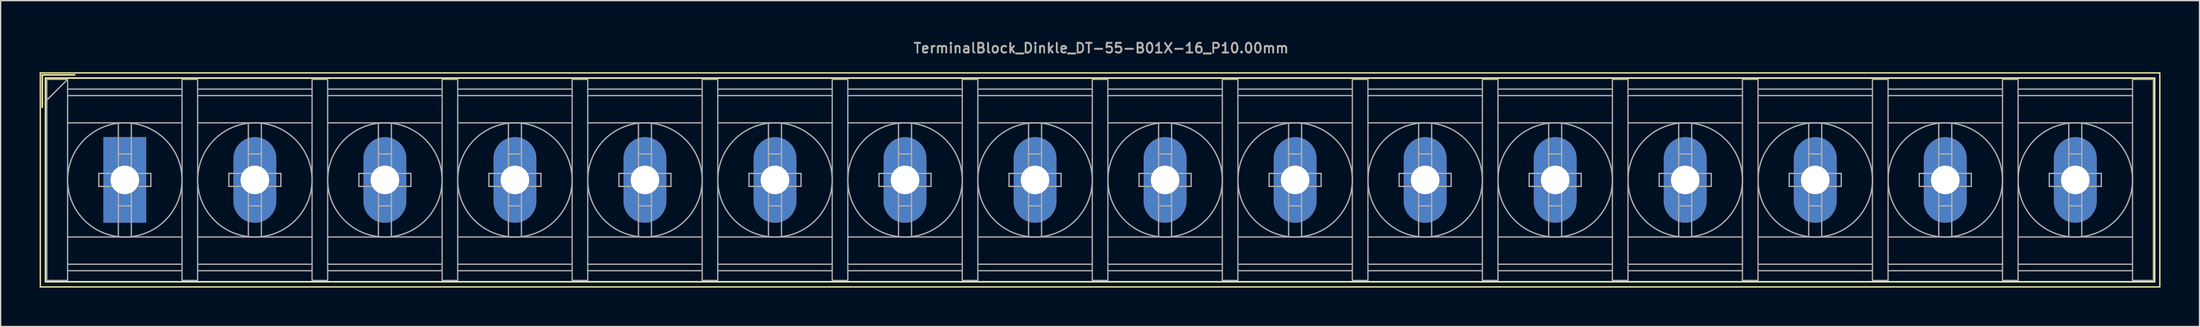
<source format=kicad_pcb>
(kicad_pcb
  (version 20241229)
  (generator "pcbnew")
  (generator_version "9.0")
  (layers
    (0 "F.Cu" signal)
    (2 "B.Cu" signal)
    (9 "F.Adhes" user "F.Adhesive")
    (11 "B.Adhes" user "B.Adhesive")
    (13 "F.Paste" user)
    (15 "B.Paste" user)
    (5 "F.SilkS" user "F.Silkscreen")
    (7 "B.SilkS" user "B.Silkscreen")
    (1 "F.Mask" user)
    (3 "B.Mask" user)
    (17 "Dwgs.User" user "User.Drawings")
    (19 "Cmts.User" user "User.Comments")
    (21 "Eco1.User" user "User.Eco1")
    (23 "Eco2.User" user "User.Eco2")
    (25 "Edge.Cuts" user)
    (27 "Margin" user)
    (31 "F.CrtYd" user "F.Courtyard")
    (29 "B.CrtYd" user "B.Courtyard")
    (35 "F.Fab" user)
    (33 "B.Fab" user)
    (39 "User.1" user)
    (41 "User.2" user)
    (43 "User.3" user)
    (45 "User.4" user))
  (footprint "TerminalBlock_Dinkle_DT-55-B01X-16_P10.00mm"
    (layer "F.Cu")
    (at 6.55 10.818)
    (property "Reference" "TerminalBlock_Dinkle_DT-55-B01X-16_P10.00mm" (at 75.08 -10.16 0) (layer "F.SilkS") (effects (font (size 0.75 0.75) (thickness 0.125))))
    (attr through_hole)
    (fp_line (start -6.5 -8.25) (end 156.5 -8.25) (stroke (width 0.1) (type solid)) (layer "F.SilkS"))
    (fp_line (start -6.5 8.25) (end -6.5 -8.25) (stroke (width 0.1) (type solid)) (layer "F.SilkS"))
    (fp_line (start -6.5 8.25) (end 156.5 8.25) (stroke (width 0.1) (type solid)) (layer "F.SilkS"))
    (fp_line (start -6.35 -8.1) (end -3.85 -8.1) (stroke (width 0.12) (type solid)) (layer "F.SilkS"))
    (fp_line (start -6.35 -5.6) (end -6.35 -8.1) (stroke (width 0.12) (type solid)) (layer "F.SilkS"))
    (fp_line (start -6.1 -7.85) (end 156.1 -7.85) (stroke (width 0.12) (type solid)) (layer "F.SilkS"))
    (fp_line (start -6.1 7.85) (end -6.1 -7.85) (stroke (width 0.12) (type solid)) (layer "F.SilkS"))
    (fp_line (start -6.1 7.85) (end 156.1 7.85) (stroke (width 0.12) (type solid)) (layer "F.SilkS"))
    (fp_line (start 156.1 -7.85) (end 156.1 7.85) (stroke (width 0.12) (type solid)) (layer "F.SilkS"))
    (fp_line (start 156.5 -8.25) (end 156.5 8.25) (stroke (width 0.1) (type solid)) (layer "F.SilkS"))
    (fp_line (start -6 -7.75) (end -6 7.75) (stroke (width 0.1) (type solid)) (layer "F.Fab"))
    (fp_line (start -6 -7.75) (end -4.4 -7.75) (stroke (width 0.1) (type solid)) (layer "F.Fab"))
    (fp_line (start -6 7.75) (end -4.4 7.75) (stroke (width 0.1) (type solid)) (layer "F.Fab"))
    (fp_line (start -4.4 -7.75) (end -6 -6.15) (stroke (width 0.1) (type solid)) (layer "F.Fab"))
    (fp_line (start -4.4 -7.75) (end -4.4 7.75) (stroke (width 0.1) (type solid)) (layer "F.Fab"))
    (fp_line (start -4.4 -7) (end 4.4 -7) (stroke (width 0.1) (type solid)) (layer "F.Fab"))
    (fp_line (start -4.4 -6.5) (end 4.4 -6.5) (stroke (width 0.1) (type solid)) (layer "F.Fab"))
    (fp_line (start -4.4 -4.4) (end 4.4 -4.4) (stroke (width 0.1) (type solid)) (layer "F.Fab"))
    (fp_line (start -4.4 4.4) (end 4.4 4.4) (stroke (width 0.1) (type solid)) (layer "F.Fab"))
    (fp_line (start -4.4 6.5) (end 4.4 6.5) (stroke (width 0.1) (type solid)) (layer "F.Fab"))
    (fp_line (start -4.4 7) (end 4.4 7) (stroke (width 0.1) (type solid)) (layer "F.Fab"))
    (fp_line (start -2 -0.5) (end -2 0.5) (stroke (width 0.1) (type solid)) (layer "F.Fab"))
    (fp_line (start -2 0.5) (end -0.5 0.5) (stroke (width 0.1) (type solid)) (layer "F.Fab"))
    (fp_line (start -0.5 -4.35) (end -0.5 -0.5) (stroke (width 0.1) (type solid)) (layer "F.Fab"))
    (fp_line (start -0.5 -2) (end 0.5 -2) (stroke (width 0.1) (type solid)) (layer "F.Fab"))
    (fp_line (start -0.5 -0.5) (end -2 -0.5) (stroke (width 0.1) (type solid)) (layer "F.Fab"))
    (fp_line (start -0.5 0.5) (end -0.5 4.35) (stroke (width 0.1) (type solid)) (layer "F.Fab"))
    (fp_line (start -0.5 2) (end 0.5 2) (stroke (width 0.1) (type solid)) (layer "F.Fab"))
    (fp_line (start 0.5 -4.35) (end 0.5 -0.5) (stroke (width 0.1) (type solid)) (layer "F.Fab"))
    (fp_line (start 0.5 -0.5) (end 2 -0.5) (stroke (width 0.1) (type solid)) (layer "F.Fab"))
    (fp_line (start 0.5 0.5) (end 0.5 4.35) (stroke (width 0.1) (type solid)) (layer "F.Fab"))
    (fp_line (start 2 -0.5) (end 2 0.5) (stroke (width 0.1) (type solid)) (layer "F.Fab"))
    (fp_line (start 2 0.5) (end 0.5 0.5) (stroke (width 0.1) (type solid)) (layer "F.Fab"))
    (fp_line (start 4.4 -7.75) (end 4.4 7.75) (stroke (width 0.1) (type solid)) (layer "F.Fab"))
    (fp_line (start 4.4 -7.75) (end 5.6 -7.75) (stroke (width 0.1) (type solid)) (layer "F.Fab"))
    (fp_line (start 4.4 7.75) (end 5.6 7.75) (stroke (width 0.1) (type solid)) (layer "F.Fab"))
    (fp_line (start 5.6 -7.75) (end 5.6 7.75) (stroke (width 0.1) (type solid)) (layer "F.Fab"))
    (fp_line (start 5.6 -7) (end 14.4 -7) (stroke (width 0.1) (type solid)) (layer "F.Fab"))
    (fp_line (start 5.6 -6.5) (end 14.4 -6.5) (stroke (width 0.1) (type solid)) (layer "F.Fab"))
    (fp_line (start 5.6 -4.4) (end 14.4 -4.4) (stroke (width 0.1) (type solid)) (layer "F.Fab"))
    (fp_line (start 5.6 4.4) (end 14.4 4.4) (stroke (width 0.1) (type solid)) (layer "F.Fab"))
    (fp_line (start 5.6 6.5) (end 14.4 6.5) (stroke (width 0.1) (type solid)) (layer "F.Fab"))
    (fp_line (start 5.6 7) (end 14.4 7) (stroke (width 0.1) (type solid)) (layer "F.Fab"))
    (fp_line (start 8 -0.5) (end 8 0.5) (stroke (width 0.1) (type solid)) (layer "F.Fab"))
    (fp_line (start 8 0.5) (end 9.5 0.5) (stroke (width 0.1) (type solid)) (layer "F.Fab"))
    (fp_line (start 9.5 -4.35) (end 9.5 -0.5) (stroke (width 0.1) (type solid)) (layer "F.Fab"))
    (fp_line (start 9.5 -2) (end 10.5 -2) (stroke (width 0.1) (type solid)) (layer "F.Fab"))
    (fp_line (start 9.5 -0.5) (end 8 -0.5) (stroke (width 0.1) (type solid)) (layer "F.Fab"))
    (fp_line (start 9.5 0.5) (end 9.5 4.35) (stroke (width 0.1) (type solid)) (layer "F.Fab"))
    (fp_line (start 9.5 2) (end 10.5 2) (stroke (width 0.1) (type solid)) (layer "F.Fab"))
    (fp_line (start 10.5 -4.35) (end 10.5 -0.5) (stroke (width 0.1) (type solid)) (layer "F.Fab"))
    (fp_line (start 10.5 -0.5) (end 12 -0.5) (stroke (width 0.1) (type solid)) (layer "F.Fab"))
    (fp_line (start 10.5 0.5) (end 10.5 4.35) (stroke (width 0.1) (type solid)) (layer "F.Fab"))
    (fp_line (start 12 -0.5) (end 12 0.5) (stroke (width 0.1) (type solid)) (layer "F.Fab"))
    (fp_line (start 12 0.5) (end 10.5 0.5) (stroke (width 0.1) (type solid)) (layer "F.Fab"))
    (fp_line (start 14.4 -7.75) (end 14.4 7.75) (stroke (width 0.1) (type solid)) (layer "F.Fab"))
    (fp_line (start 14.4 -7.75) (end 15.6 -7.75) (stroke (width 0.1) (type solid)) (layer "F.Fab"))
    (fp_line (start 14.4 7.75) (end 15.6 7.75) (stroke (width 0.1) (type solid)) (layer "F.Fab"))
    (fp_line (start 15.6 -7.75) (end 15.6 7.75) (stroke (width 0.1) (type solid)) (layer "F.Fab"))
    (fp_line (start 15.6 -7) (end 24.4 -7) (stroke (width 0.1) (type solid)) (layer "F.Fab"))
    (fp_line (start 15.6 -6.5) (end 24.4 -6.5) (stroke (width 0.1) (type solid)) (layer "F.Fab"))
    (fp_line (start 15.6 -4.4) (end 24.4 -4.4) (stroke (width 0.1) (type solid)) (layer "F.Fab"))
    (fp_line (start 15.6 4.4) (end 24.4 4.4) (stroke (width 0.1) (type solid)) (layer "F.Fab"))
    (fp_line (start 15.6 6.5) (end 24.4 6.5) (stroke (width 0.1) (type solid)) (layer "F.Fab"))
    (fp_line (start 15.6 7) (end 24.4 7) (stroke (width 0.1) (type solid)) (layer "F.Fab"))
    (fp_line (start 18 -0.5) (end 18 0.5) (stroke (width 0.1) (type solid)) (layer "F.Fab"))
    (fp_line (start 18 0.5) (end 19.5 0.5) (stroke (width 0.1) (type solid)) (layer "F.Fab"))
    (fp_line (start 19.5 -4.35) (end 19.5 -0.5) (stroke (width 0.1) (type solid)) (layer "F.Fab"))
    (fp_line (start 19.5 -2) (end 20.5 -2) (stroke (width 0.1) (type solid)) (layer "F.Fab"))
    (fp_line (start 19.5 -0.5) (end 18 -0.5) (stroke (width 0.1) (type solid)) (layer "F.Fab"))
    (fp_line (start 19.5 0.5) (end 19.5 4.35) (stroke (width 0.1) (type solid)) (layer "F.Fab"))
    (fp_line (start 19.5 2) (end 20.5 2) (stroke (width 0.1) (type solid)) (layer "F.Fab"))
    (fp_line (start 20.5 -4.35) (end 20.5 -0.5) (stroke (width 0.1) (type solid)) (layer "F.Fab"))
    (fp_line (start 20.5 -0.5) (end 22 -0.5) (stroke (width 0.1) (type solid)) (layer "F.Fab"))
    (fp_line (start 20.5 0.5) (end 20.5 4.35) (stroke (width 0.1) (type solid)) (layer "F.Fab"))
    (fp_line (start 22 -0.5) (end 22 0.5) (stroke (width 0.1) (type solid)) (layer "F.Fab"))
    (fp_line (start 22 0.5) (end 20.5 0.5) (stroke (width 0.1) (type solid)) (layer "F.Fab"))
    (fp_line (start 24.4 -7.75) (end 24.4 7.75) (stroke (width 0.1) (type solid)) (layer "F.Fab"))
    (fp_line (start 24.4 -7.75) (end 25.6 -7.75) (stroke (width 0.1) (type solid)) (layer "F.Fab"))
    (fp_line (start 24.4 7.75) (end 25.6 7.75) (stroke (width 0.1) (type solid)) (layer "F.Fab"))
    (fp_line (start 25.6 -7.75) (end 25.6 7.75) (stroke (width 0.1) (type solid)) (layer "F.Fab"))
    (fp_line (start 25.6 -7) (end 34.4 -7) (stroke (width 0.1) (type solid)) (layer "F.Fab"))
    (fp_line (start 25.6 -6.5) (end 34.4 -6.5) (stroke (width 0.1) (type solid)) (layer "F.Fab"))
    (fp_line (start 25.6 -4.4) (end 34.4 -4.4) (stroke (width 0.1) (type solid)) (layer "F.Fab"))
    (fp_line (start 25.6 4.4) (end 34.4 4.4) (stroke (width 0.1) (type solid)) (layer "F.Fab"))
    (fp_line (start 25.6 6.5) (end 34.4 6.5) (stroke (width 0.1) (type solid)) (layer "F.Fab"))
    (fp_line (start 25.6 7) (end 34.4 7) (stroke (width 0.1) (type solid)) (layer "F.Fab"))
    (fp_line (start 28 -0.5) (end 28 0.5) (stroke (width 0.1) (type solid)) (layer "F.Fab"))
    (fp_line (start 28 0.5) (end 29.5 0.5) (stroke (width 0.1) (type solid)) (layer "F.Fab"))
    (fp_line (start 29.5 -4.35) (end 29.5 -0.5) (stroke (width 0.1) (type solid)) (layer "F.Fab"))
    (fp_line (start 29.5 -2) (end 30.5 -2) (stroke (width 0.1) (type solid)) (layer "F.Fab"))
    (fp_line (start 29.5 -0.5) (end 28 -0.5) (stroke (width 0.1) (type solid)) (layer "F.Fab"))
    (fp_line (start 29.5 0.5) (end 29.5 4.35) (stroke (width 0.1) (type solid)) (layer "F.Fab"))
    (fp_line (start 29.5 2) (end 30.5 2) (stroke (width 0.1) (type solid)) (layer "F.Fab"))
    (fp_line (start 30.5 -4.35) (end 30.5 -0.5) (stroke (width 0.1) (type solid)) (layer "F.Fab"))
    (fp_line (start 30.5 -0.5) (end 32 -0.5) (stroke (width 0.1) (type solid)) (layer "F.Fab"))
    (fp_line (start 30.5 0.5) (end 30.5 4.35) (stroke (width 0.1) (type solid)) (layer "F.Fab"))
    (fp_line (start 32 -0.5) (end 32 0.5) (stroke (width 0.1) (type solid)) (layer "F.Fab"))
    (fp_line (start 32 0.5) (end 30.5 0.5) (stroke (width 0.1) (type solid)) (layer "F.Fab"))
    (fp_line (start 34.4 -7.75) (end 34.4 7.75) (stroke (width 0.1) (type solid)) (layer "F.Fab"))
    (fp_line (start 34.4 -7.75) (end 35.6 -7.75) (stroke (width 0.1) (type solid)) (layer "F.Fab"))
    (fp_line (start 34.4 7.75) (end 35.6 7.75) (stroke (width 0.1) (type solid)) (layer "F.Fab"))
    (fp_line (start 35.6 -7.75) (end 35.6 7.75) (stroke (width 0.1) (type solid)) (layer "F.Fab"))
    (fp_line (start 35.6 -7) (end 44.4 -7) (stroke (width 0.1) (type solid)) (layer "F.Fab"))
    (fp_line (start 35.6 -6.5) (end 44.4 -6.5) (stroke (width 0.1) (type solid)) (layer "F.Fab"))
    (fp_line (start 35.6 -4.4) (end 44.4 -4.4) (stroke (width 0.1) (type solid)) (layer "F.Fab"))
    (fp_line (start 35.6 4.4) (end 44.4 4.4) (stroke (width 0.1) (type solid)) (layer "F.Fab"))
    (fp_line (start 35.6 6.5) (end 44.4 6.5) (stroke (width 0.1) (type solid)) (layer "F.Fab"))
    (fp_line (start 35.6 7) (end 44.4 7) (stroke (width 0.1) (type solid)) (layer "F.Fab"))
    (fp_line (start 38 -0.5) (end 38 0.5) (stroke (width 0.1) (type solid)) (layer "F.Fab"))
    (fp_line (start 38 0.5) (end 39.5 0.5) (stroke (width 0.1) (type solid)) (layer "F.Fab"))
    (fp_line (start 39.5 -4.35) (end 39.5 -0.5) (stroke (width 0.1) (type solid)) (layer "F.Fab"))
    (fp_line (start 39.5 -2) (end 40.5 -2) (stroke (width 0.1) (type solid)) (layer "F.Fab"))
    (fp_line (start 39.5 -0.5) (end 38 -0.5) (stroke (width 0.1) (type solid)) (layer "F.Fab"))
    (fp_line (start 39.5 0.5) (end 39.5 4.35) (stroke (width 0.1) (type solid)) (layer "F.Fab"))
    (fp_line (start 39.5 2) (end 40.5 2) (stroke (width 0.1) (type solid)) (layer "F.Fab"))
    (fp_line (start 40.5 -4.35) (end 40.5 -0.5) (stroke (width 0.1) (type solid)) (layer "F.Fab"))
    (fp_line (start 40.5 -0.5) (end 42 -0.5) (stroke (width 0.1) (type solid)) (layer "F.Fab"))
    (fp_line (start 40.5 0.5) (end 40.5 4.35) (stroke (width 0.1) (type solid)) (layer "F.Fab"))
    (fp_line (start 42 -0.5) (end 42 0.5) (stroke (width 0.1) (type solid)) (layer "F.Fab"))
    (fp_line (start 42 0.5) (end 40.5 0.5) (stroke (width 0.1) (type solid)) (layer "F.Fab"))
    (fp_line (start 44.4 -7.75) (end 44.4 7.75) (stroke (width 0.1) (type solid)) (layer "F.Fab"))
    (fp_line (start 44.4 -7.75) (end 45.6 -7.75) (stroke (width 0.1) (type solid)) (layer "F.Fab"))
    (fp_line (start 44.4 7.75) (end 45.6 7.75) (stroke (width 0.1) (type solid)) (layer "F.Fab"))
    (fp_line (start 45.6 -7.75) (end 45.6 7.75) (stroke (width 0.1) (type solid)) (layer "F.Fab"))
    (fp_line (start 45.6 -7) (end 54.4 -7) (stroke (width 0.1) (type solid)) (layer "F.Fab"))
    (fp_line (start 45.6 -6.5) (end 54.4 -6.5) (stroke (width 0.1) (type solid)) (layer "F.Fab"))
    (fp_line (start 45.6 -4.4) (end 54.4 -4.4) (stroke (width 0.1) (type solid)) (layer "F.Fab"))
    (fp_line (start 45.6 4.4) (end 54.4 4.4) (stroke (width 0.1) (type solid)) (layer "F.Fab"))
    (fp_line (start 45.6 6.5) (end 54.4 6.5) (stroke (width 0.1) (type solid)) (layer "F.Fab"))
    (fp_line (start 45.6 7) (end 54.4 7) (stroke (width 0.1) (type solid)) (layer "F.Fab"))
    (fp_line (start 48 -0.5) (end 48 0.5) (stroke (width 0.1) (type solid)) (layer "F.Fab"))
    (fp_line (start 48 0.5) (end 49.5 0.5) (stroke (width 0.1) (type solid)) (layer "F.Fab"))
    (fp_line (start 49.5 -4.35) (end 49.5 -0.5) (stroke (width 0.1) (type solid)) (layer "F.Fab"))
    (fp_line (start 49.5 -2) (end 50.5 -2) (stroke (width 0.1) (type solid)) (layer "F.Fab"))
    (fp_line (start 49.5 -0.5) (end 48 -0.5) (stroke (width 0.1) (type solid)) (layer "F.Fab"))
    (fp_line (start 49.5 0.5) (end 49.5 4.35) (stroke (width 0.1) (type solid)) (layer "F.Fab"))
    (fp_line (start 49.5 2) (end 50.5 2) (stroke (width 0.1) (type solid)) (layer "F.Fab"))
    (fp_line (start 50.5 -4.35) (end 50.5 -0.5) (stroke (width 0.1) (type solid)) (layer "F.Fab"))
    (fp_line (start 50.5 -0.5) (end 52 -0.5) (stroke (width 0.1) (type solid)) (layer "F.Fab"))
    (fp_line (start 50.5 0.5) (end 50.5 4.35) (stroke (width 0.1) (type solid)) (layer "F.Fab"))
    (fp_line (start 52 -0.5) (end 52 0.5) (stroke (width 0.1) (type solid)) (layer "F.Fab"))
    (fp_line (start 52 0.5) (end 50.5 0.5) (stroke (width 0.1) (type solid)) (layer "F.Fab"))
    (fp_line (start 54.4 -7.75) (end 54.4 7.75) (stroke (width 0.1) (type solid)) (layer "F.Fab"))
    (fp_line (start 54.4 -7.75) (end 55.6 -7.75) (stroke (width 0.1) (type solid)) (layer "F.Fab"))
    (fp_line (start 54.4 7.75) (end 55.6 7.75) (stroke (width 0.1) (type solid)) (layer "F.Fab"))
    (fp_line (start 55.6 -7.75) (end 55.6 7.75) (stroke (width 0.1) (type solid)) (layer "F.Fab"))
    (fp_line (start 55.6 -7) (end 64.4 -7) (stroke (width 0.1) (type solid)) (layer "F.Fab"))
    (fp_line (start 55.6 -6.5) (end 64.4 -6.5) (stroke (width 0.1) (type solid)) (layer "F.Fab"))
    (fp_line (start 55.6 -4.4) (end 64.4 -4.4) (stroke (width 0.1) (type solid)) (layer "F.Fab"))
    (fp_line (start 55.6 4.4) (end 64.4 4.4) (stroke (width 0.1) (type solid)) (layer "F.Fab"))
    (fp_line (start 55.6 6.5) (end 64.4 6.5) (stroke (width 0.1) (type solid)) (layer "F.Fab"))
    (fp_line (start 55.6 7) (end 64.4 7) (stroke (width 0.1) (type solid)) (layer "F.Fab"))
    (fp_line (start 58 -0.5) (end 58 0.5) (stroke (width 0.1) (type solid)) (layer "F.Fab"))
    (fp_line (start 58 0.5) (end 59.5 0.5) (stroke (width 0.1) (type solid)) (layer "F.Fab"))
    (fp_line (start 59.5 -4.35) (end 59.5 -0.5) (stroke (width 0.1) (type solid)) (layer "F.Fab"))
    (fp_line (start 59.5 -2) (end 60.5 -2) (stroke (width 0.1) (type solid)) (layer "F.Fab"))
    (fp_line (start 59.5 -0.5) (end 58 -0.5) (stroke (width 0.1) (type solid)) (layer "F.Fab"))
    (fp_line (start 59.5 0.5) (end 59.5 4.35) (stroke (width 0.1) (type solid)) (layer "F.Fab"))
    (fp_line (start 59.5 2) (end 60.5 2) (stroke (width 0.1) (type solid)) (layer "F.Fab"))
    (fp_line (start 60.5 -4.35) (end 60.5 -0.5) (stroke (width 0.1) (type solid)) (layer "F.Fab"))
    (fp_line (start 60.5 -0.5) (end 62 -0.5) (stroke (width 0.1) (type solid)) (layer "F.Fab"))
    (fp_line (start 60.5 0.5) (end 60.5 4.35) (stroke (width 0.1) (type solid)) (layer "F.Fab"))
    (fp_line (start 62 -0.5) (end 62 0.5) (stroke (width 0.1) (type solid)) (layer "F.Fab"))
    (fp_line (start 62 0.5) (end 60.5 0.5) (stroke (width 0.1) (type solid)) (layer "F.Fab"))
    (fp_line (start 64.4 -7.75) (end 64.4 7.75) (stroke (width 0.1) (type solid)) (layer "F.Fab"))
    (fp_line (start 64.4 -7.75) (end 65.6 -7.75) (stroke (width 0.1) (type solid)) (layer "F.Fab"))
    (fp_line (start 64.4 7.75) (end 65.6 7.75) (stroke (width 0.1) (type solid)) (layer "F.Fab"))
    (fp_line (start 65.6 -7.75) (end 65.6 7.75) (stroke (width 0.1) (type solid)) (layer "F.Fab"))
    (fp_line (start 65.6 -7) (end 74.4 -7) (stroke (width 0.1) (type solid)) (layer "F.Fab"))
    (fp_line (start 65.6 -6.5) (end 74.4 -6.5) (stroke (width 0.1) (type solid)) (layer "F.Fab"))
    (fp_line (start 65.6 -4.4) (end 74.4 -4.4) (stroke (width 0.1) (type solid)) (layer "F.Fab"))
    (fp_line (start 65.6 4.4) (end 74.4 4.4) (stroke (width 0.1) (type solid)) (layer "F.Fab"))
    (fp_line (start 65.6 6.5) (end 74.4 6.5) (stroke (width 0.1) (type solid)) (layer "F.Fab"))
    (fp_line (start 65.6 7) (end 74.4 7) (stroke (width 0.1) (type solid)) (layer "F.Fab"))
    (fp_line (start 68 -0.5) (end 68 0.5) (stroke (width 0.1) (type solid)) (layer "F.Fab"))
    (fp_line (start 68 0.5) (end 69.5 0.5) (stroke (width 0.1) (type solid)) (layer "F.Fab"))
    (fp_line (start 69.5 -4.35) (end 69.5 -0.5) (stroke (width 0.1) (type solid)) (layer "F.Fab"))
    (fp_line (start 69.5 -2) (end 70.5 -2) (stroke (width 0.1) (type solid)) (layer "F.Fab"))
    (fp_line (start 69.5 -0.5) (end 68 -0.5) (stroke (width 0.1) (type solid)) (layer "F.Fab"))
    (fp_line (start 69.5 0.5) (end 69.5 4.35) (stroke (width 0.1) (type solid)) (layer "F.Fab"))
    (fp_line (start 69.5 2) (end 70.5 2) (stroke (width 0.1) (type solid)) (layer "F.Fab"))
    (fp_line (start 70.5 -4.35) (end 70.5 -0.5) (stroke (width 0.1) (type solid)) (layer "F.Fab"))
    (fp_line (start 70.5 -0.5) (end 72 -0.5) (stroke (width 0.1) (type solid)) (layer "F.Fab"))
    (fp_line (start 70.5 0.5) (end 70.5 4.35) (stroke (width 0.1) (type solid)) (layer "F.Fab"))
    (fp_line (start 72 -0.5) (end 72 0.5) (stroke (width 0.1) (type solid)) (layer "F.Fab"))
    (fp_line (start 72 0.5) (end 70.5 0.5) (stroke (width 0.1) (type solid)) (layer "F.Fab"))
    (fp_line (start 74.4 -7.75) (end 74.4 7.75) (stroke (width 0.1) (type solid)) (layer "F.Fab"))
    (fp_line (start 74.4 -7.75) (end 75.6 -7.75) (stroke (width 0.1) (type solid)) (layer "F.Fab"))
    (fp_line (start 74.4 7.75) (end 75.6 7.75) (stroke (width 0.1) (type solid)) (layer "F.Fab"))
    (fp_line (start 75.6 -7.75) (end 75.6 7.75) (stroke (width 0.1) (type solid)) (layer "F.Fab"))
    (fp_line (start 75.6 -7) (end 84.4 -7) (stroke (width 0.1) (type solid)) (layer "F.Fab"))
    (fp_line (start 75.6 -6.5) (end 84.4 -6.5) (stroke (width 0.1) (type solid)) (layer "F.Fab"))
    (fp_line (start 75.6 -4.4) (end 84.4 -4.4) (stroke (width 0.1) (type solid)) (layer "F.Fab"))
    (fp_line (start 75.6 4.4) (end 84.4 4.4) (stroke (width 0.1) (type solid)) (layer "F.Fab"))
    (fp_line (start 75.6 6.5) (end 84.4 6.5) (stroke (width 0.1) (type solid)) (layer "F.Fab"))
    (fp_line (start 75.6 7) (end 84.4 7) (stroke (width 0.1) (type solid)) (layer "F.Fab"))
    (fp_line (start 78 -0.5) (end 78 0.5) (stroke (width 0.1) (type solid)) (layer "F.Fab"))
    (fp_line (start 78 0.5) (end 79.5 0.5) (stroke (width 0.1) (type solid)) (layer "F.Fab"))
    (fp_line (start 79.5 -4.35) (end 79.5 -0.5) (stroke (width 0.1) (type solid)) (layer "F.Fab"))
    (fp_line (start 79.5 -2) (end 80.5 -2) (stroke (width 0.1) (type solid)) (layer "F.Fab"))
    (fp_line (start 79.5 -0.5) (end 78 -0.5) (stroke (width 0.1) (type solid)) (layer "F.Fab"))
    (fp_line (start 79.5 0.5) (end 79.5 4.35) (stroke (width 0.1) (type solid)) (layer "F.Fab"))
    (fp_line (start 79.5 2) (end 80.5 2) (stroke (width 0.1) (type solid)) (layer "F.Fab"))
    (fp_line (start 80.5 -4.35) (end 80.5 -0.5) (stroke (width 0.1) (type solid)) (layer "F.Fab"))
    (fp_line (start 80.5 -0.5) (end 82 -0.5) (stroke (width 0.1) (type solid)) (layer "F.Fab"))
    (fp_line (start 80.5 0.5) (end 80.5 4.35) (stroke (width 0.1) (type solid)) (layer "F.Fab"))
    (fp_line (start 82 -0.5) (end 82 0.5) (stroke (width 0.1) (type solid)) (layer "F.Fab"))
    (fp_line (start 82 0.5) (end 80.5 0.5) (stroke (width 0.1) (type solid)) (layer "F.Fab"))
    (fp_line (start 84.4 -7.75) (end 84.4 7.75) (stroke (width 0.1) (type solid)) (layer "F.Fab"))
    (fp_line (start 84.4 -7.75) (end 85.6 -7.75) (stroke (width 0.1) (type solid)) (layer "F.Fab"))
    (fp_line (start 84.4 7.75) (end 85.6 7.75) (stroke (width 0.1) (type solid)) (layer "F.Fab"))
    (fp_line (start 85.6 -7.75) (end 85.6 7.75) (stroke (width 0.1) (type solid)) (layer "F.Fab"))
    (fp_line (start 85.6 -7) (end 94.4 -7) (stroke (width 0.1) (type solid)) (layer "F.Fab"))
    (fp_line (start 85.6 -6.5) (end 94.4 -6.5) (stroke (width 0.1) (type solid)) (layer "F.Fab"))
    (fp_line (start 85.6 -4.4) (end 94.4 -4.4) (stroke (width 0.1) (type solid)) (layer "F.Fab"))
    (fp_line (start 85.6 4.4) (end 94.4 4.4) (stroke (width 0.1) (type solid)) (layer "F.Fab"))
    (fp_line (start 85.6 6.5) (end 94.4 6.5) (stroke (width 0.1) (type solid)) (layer "F.Fab"))
    (fp_line (start 85.6 7) (end 94.4 7) (stroke (width 0.1) (type solid)) (layer "F.Fab"))
    (fp_line (start 88 -0.5) (end 88 0.5) (stroke (width 0.1) (type solid)) (layer "F.Fab"))
    (fp_line (start 88 0.5) (end 89.5 0.5) (stroke (width 0.1) (type solid)) (layer "F.Fab"))
    (fp_line (start 89.5 -4.35) (end 89.5 -0.5) (stroke (width 0.1) (type solid)) (layer "F.Fab"))
    (fp_line (start 89.5 -2) (end 90.5 -2) (stroke (width 0.1) (type solid)) (layer "F.Fab"))
    (fp_line (start 89.5 -0.5) (end 88 -0.5) (stroke (width 0.1) (type solid)) (layer "F.Fab"))
    (fp_line (start 89.5 0.5) (end 89.5 4.35) (stroke (width 0.1) (type solid)) (layer "F.Fab"))
    (fp_line (start 89.5 2) (end 90.5 2) (stroke (width 0.1) (type solid)) (layer "F.Fab"))
    (fp_line (start 90.5 -4.35) (end 90.5 -0.5) (stroke (width 0.1) (type solid)) (layer "F.Fab"))
    (fp_line (start 90.5 -0.5) (end 92 -0.5) (stroke (width 0.1) (type solid)) (layer "F.Fab"))
    (fp_line (start 90.5 0.5) (end 90.5 4.35) (stroke (width 0.1) (type solid)) (layer "F.Fab"))
    (fp_line (start 92 -0.5) (end 92 0.5) (stroke (width 0.1) (type solid)) (layer "F.Fab"))
    (fp_line (start 92 0.5) (end 90.5 0.5) (stroke (width 0.1) (type solid)) (layer "F.Fab"))
    (fp_line (start 94.4 -7.75) (end 94.4 7.75) (stroke (width 0.1) (type solid)) (layer "F.Fab"))
    (fp_line (start 94.4 -7.75) (end 95.6 -7.75) (stroke (width 0.1) (type solid)) (layer "F.Fab"))
    (fp_line (start 94.4 7.75) (end 95.6 7.75) (stroke (width 0.1) (type solid)) (layer "F.Fab"))
    (fp_line (start 95.6 -7.75) (end 95.6 7.75) (stroke (width 0.1) (type solid)) (layer "F.Fab"))
    (fp_line (start 95.6 -7) (end 104.4 -7) (stroke (width 0.1) (type solid)) (layer "F.Fab"))
    (fp_line (start 95.6 -6.5) (end 104.4 -6.5) (stroke (width 0.1) (type solid)) (layer "F.Fab"))
    (fp_line (start 95.6 -4.4) (end 104.4 -4.4) (stroke (width 0.1) (type solid)) (layer "F.Fab"))
    (fp_line (start 95.6 4.4) (end 104.4 4.4) (stroke (width 0.1) (type solid)) (layer "F.Fab"))
    (fp_line (start 95.6 6.5) (end 104.4 6.5) (stroke (width 0.1) (type solid)) (layer "F.Fab"))
    (fp_line (start 95.6 7) (end 104.4 7) (stroke (width 0.1) (type solid)) (layer "F.Fab"))
    (fp_line (start 98 -0.5) (end 98 0.5) (stroke (width 0.1) (type solid)) (layer "F.Fab"))
    (fp_line (start 98 0.5) (end 99.5 0.5) (stroke (width 0.1) (type solid)) (layer "F.Fab"))
    (fp_line (start 99.5 -4.35) (end 99.5 -0.5) (stroke (width 0.1) (type solid)) (layer "F.Fab"))
    (fp_line (start 99.5 -2) (end 100.5 -2) (stroke (width 0.1) (type solid)) (layer "F.Fab"))
    (fp_line (start 99.5 -0.5) (end 98 -0.5) (stroke (width 0.1) (type solid)) (layer "F.Fab"))
    (fp_line (start 99.5 0.5) (end 99.5 4.35) (stroke (width 0.1) (type solid)) (layer "F.Fab"))
    (fp_line (start 99.5 2) (end 100.5 2) (stroke (width 0.1) (type solid)) (layer "F.Fab"))
    (fp_line (start 100.5 -4.35) (end 100.5 -0.5) (stroke (width 0.1) (type solid)) (layer "F.Fab"))
    (fp_line (start 100.5 -0.5) (end 102 -0.5) (stroke (width 0.1) (type solid)) (layer "F.Fab"))
    (fp_line (start 100.5 0.5) (end 100.5 4.35) (stroke (width 0.1) (type solid)) (layer "F.Fab"))
    (fp_line (start 102 -0.5) (end 102 0.5) (stroke (width 0.1) (type solid)) (layer "F.Fab"))
    (fp_line (start 102 0.5) (end 100.5 0.5) (stroke (width 0.1) (type solid)) (layer "F.Fab"))
    (fp_line (start 104.4 -7.75) (end 104.4 7.75) (stroke (width 0.1) (type solid)) (layer "F.Fab"))
    (fp_line (start 104.4 -7.75) (end 105.6 -7.75) (stroke (width 0.1) (type solid)) (layer "F.Fab"))
    (fp_line (start 104.4 7.75) (end 105.6 7.75) (stroke (width 0.1) (type solid)) (layer "F.Fab"))
    (fp_line (start 105.6 -7.75) (end 105.6 7.75) (stroke (width 0.1) (type solid)) (layer "F.Fab"))
    (fp_line (start 105.6 -7) (end 114.4 -7) (stroke (width 0.1) (type solid)) (layer "F.Fab"))
    (fp_line (start 105.6 -6.5) (end 114.4 -6.5) (stroke (width 0.1) (type solid)) (layer "F.Fab"))
    (fp_line (start 105.6 -4.4) (end 114.4 -4.4) (stroke (width 0.1) (type solid)) (layer "F.Fab"))
    (fp_line (start 105.6 4.4) (end 114.4 4.4) (stroke (width 0.1) (type solid)) (layer "F.Fab"))
    (fp_line (start 105.6 6.5) (end 114.4 6.5) (stroke (width 0.1) (type solid)) (layer "F.Fab"))
    (fp_line (start 105.6 7) (end 114.4 7) (stroke (width 0.1) (type solid)) (layer "F.Fab"))
    (fp_line (start 108 -0.5) (end 108 0.5) (stroke (width 0.1) (type solid)) (layer "F.Fab"))
    (fp_line (start 108 0.5) (end 109.5 0.5) (stroke (width 0.1) (type solid)) (layer "F.Fab"))
    (fp_line (start 109.5 -4.35) (end 109.5 -0.5) (stroke (width 0.1) (type solid)) (layer "F.Fab"))
    (fp_line (start 109.5 -2) (end 110.5 -2) (stroke (width 0.1) (type solid)) (layer "F.Fab"))
    (fp_line (start 109.5 -0.5) (end 108 -0.5) (stroke (width 0.1) (type solid)) (layer "F.Fab"))
    (fp_line (start 109.5 0.5) (end 109.5 4.35) (stroke (width 0.1) (type solid)) (layer "F.Fab"))
    (fp_line (start 109.5 2) (end 110.5 2) (stroke (width 0.1) (type solid)) (layer "F.Fab"))
    (fp_line (start 110.5 -4.35) (end 110.5 -0.5) (stroke (width 0.1) (type solid)) (layer "F.Fab"))
    (fp_line (start 110.5 -0.5) (end 112 -0.5) (stroke (width 0.1) (type solid)) (layer "F.Fab"))
    (fp_line (start 110.5 0.5) (end 110.5 4.35) (stroke (width 0.1) (type solid)) (layer "F.Fab"))
    (fp_line (start 112 -0.5) (end 112 0.5) (stroke (width 0.1) (type solid)) (layer "F.Fab"))
    (fp_line (start 112 0.5) (end 110.5 0.5) (stroke (width 0.1) (type solid)) (layer "F.Fab"))
    (fp_line (start 114.4 -7.75) (end 114.4 7.75) (stroke (width 0.1) (type solid)) (layer "F.Fab"))
    (fp_line (start 114.4 -7.75) (end 115.6 -7.75) (stroke (width 0.1) (type solid)) (layer "F.Fab"))
    (fp_line (start 114.4 7.75) (end 115.6 7.75) (stroke (width 0.1) (type solid)) (layer "F.Fab"))
    (fp_line (start 115.6 -7.75) (end 115.6 7.75) (stroke (width 0.1) (type solid)) (layer "F.Fab"))
    (fp_line (start 115.6 -7) (end 124.4 -7) (stroke (width 0.1) (type solid)) (layer "F.Fab"))
    (fp_line (start 115.6 -6.5) (end 124.4 -6.5) (stroke (width 0.1) (type solid)) (layer "F.Fab"))
    (fp_line (start 115.6 -4.4) (end 124.4 -4.4) (stroke (width 0.1) (type solid)) (layer "F.Fab"))
    (fp_line (start 115.6 4.4) (end 124.4 4.4) (stroke (width 0.1) (type solid)) (layer "F.Fab"))
    (fp_line (start 115.6 6.5) (end 124.4 6.5) (stroke (width 0.1) (type solid)) (layer "F.Fab"))
    (fp_line (start 115.6 7) (end 124.4 7) (stroke (width 0.1) (type solid)) (layer "F.Fab"))
    (fp_line (start 118 -0.5) (end 118 0.5) (stroke (width 0.1) (type solid)) (layer "F.Fab"))
    (fp_line (start 118 0.5) (end 119.5 0.5) (stroke (width 0.1) (type solid)) (layer "F.Fab"))
    (fp_line (start 119.5 -4.35) (end 119.5 -0.5) (stroke (width 0.1) (type solid)) (layer "F.Fab"))
    (fp_line (start 119.5 -2) (end 120.5 -2) (stroke (width 0.1) (type solid)) (layer "F.Fab"))
    (fp_line (start 119.5 -0.5) (end 118 -0.5) (stroke (width 0.1) (type solid)) (layer "F.Fab"))
    (fp_line (start 119.5 0.5) (end 119.5 4.35) (stroke (width 0.1) (type solid)) (layer "F.Fab"))
    (fp_line (start 119.5 2) (end 120.5 2) (stroke (width 0.1) (type solid)) (layer "F.Fab"))
    (fp_line (start 120.5 -4.35) (end 120.5 -0.5) (stroke (width 0.1) (type solid)) (layer "F.Fab"))
    (fp_line (start 120.5 -0.5) (end 122 -0.5) (stroke (width 0.1) (type solid)) (layer "F.Fab"))
    (fp_line (start 120.5 0.5) (end 120.5 4.35) (stroke (width 0.1) (type solid)) (layer "F.Fab"))
    (fp_line (start 122 -0.5) (end 122 0.5) (stroke (width 0.1) (type solid)) (layer "F.Fab"))
    (fp_line (start 122 0.5) (end 120.5 0.5) (stroke (width 0.1) (type solid)) (layer "F.Fab"))
    (fp_line (start 124.4 -7.75) (end 124.4 7.75) (stroke (width 0.1) (type solid)) (layer "F.Fab"))
    (fp_line (start 124.4 -7.75) (end 125.6 -7.75) (stroke (width 0.1) (type solid)) (layer "F.Fab"))
    (fp_line (start 124.4 7.75) (end 125.6 7.75) (stroke (width 0.1) (type solid)) (layer "F.Fab"))
    (fp_line (start 125.6 -7.75) (end 125.6 7.75) (stroke (width 0.1) (type solid)) (layer "F.Fab"))
    (fp_line (start 125.6 -7) (end 134.4 -7) (stroke (width 0.1) (type solid)) (layer "F.Fab"))
    (fp_line (start 125.6 -6.5) (end 134.4 -6.5) (stroke (width 0.1) (type solid)) (layer "F.Fab"))
    (fp_line (start 125.6 -4.4) (end 134.4 -4.4) (stroke (width 0.1) (type solid)) (layer "F.Fab"))
    (fp_line (start 125.6 4.4) (end 134.4 4.4) (stroke (width 0.1) (type solid)) (layer "F.Fab"))
    (fp_line (start 125.6 6.5) (end 134.4 6.5) (stroke (width 0.1) (type solid)) (layer "F.Fab"))
    (fp_line (start 125.6 7) (end 134.4 7) (stroke (width 0.1) (type solid)) (layer "F.Fab"))
    (fp_line (start 128 -0.5) (end 128 0.5) (stroke (width 0.1) (type solid)) (layer "F.Fab"))
    (fp_line (start 128 0.5) (end 129.5 0.5) (stroke (width 0.1) (type solid)) (layer "F.Fab"))
    (fp_line (start 129.5 -4.35) (end 129.5 -0.5) (stroke (width 0.1) (type solid)) (layer "F.Fab"))
    (fp_line (start 129.5 -2) (end 130.5 -2) (stroke (width 0.1) (type solid)) (layer "F.Fab"))
    (fp_line (start 129.5 -0.5) (end 128 -0.5) (stroke (width 0.1) (type solid)) (layer "F.Fab"))
    (fp_line (start 129.5 0.5) (end 129.5 4.35) (stroke (width 0.1) (type solid)) (layer "F.Fab"))
    (fp_line (start 129.5 2) (end 130.5 2) (stroke (width 0.1) (type solid)) (layer "F.Fab"))
    (fp_line (start 130.5 -4.35) (end 130.5 -0.5) (stroke (width 0.1) (type solid)) (layer "F.Fab"))
    (fp_line (start 130.5 -0.5) (end 132 -0.5) (stroke (width 0.1) (type solid)) (layer "F.Fab"))
    (fp_line (start 130.5 0.5) (end 130.5 4.35) (stroke (width 0.1) (type solid)) (layer "F.Fab"))
    (fp_line (start 132 -0.5) (end 132 0.5) (stroke (width 0.1) (type solid)) (layer "F.Fab"))
    (fp_line (start 132 0.5) (end 130.5 0.5) (stroke (width 0.1) (type solid)) (layer "F.Fab"))
    (fp_line (start 134.4 -7.75) (end 134.4 7.75) (stroke (width 0.1) (type solid)) (layer "F.Fab"))
    (fp_line (start 134.4 -7.75) (end 135.6 -7.75) (stroke (width 0.1) (type solid)) (layer "F.Fab"))
    (fp_line (start 134.4 7.75) (end 135.6 7.75) (stroke (width 0.1) (type solid)) (layer "F.Fab"))
    (fp_line (start 135.6 -7.75) (end 135.6 7.75) (stroke (width 0.1) (type solid)) (layer "F.Fab"))
    (fp_line (start 135.6 -7) (end 144.4 -7) (stroke (width 0.1) (type solid)) (layer "F.Fab"))
    (fp_line (start 135.6 -6.5) (end 144.4 -6.5) (stroke (width 0.1) (type solid)) (layer "F.Fab"))
    (fp_line (start 135.6 -4.4) (end 144.4 -4.4) (stroke (width 0.1) (type solid)) (layer "F.Fab"))
    (fp_line (start 135.6 4.4) (end 144.4 4.4) (stroke (width 0.1) (type solid)) (layer "F.Fab"))
    (fp_line (start 135.6 6.5) (end 144.4 6.5) (stroke (width 0.1) (type solid)) (layer "F.Fab"))
    (fp_line (start 135.6 7) (end 144.4 7) (stroke (width 0.1) (type solid)) (layer "F.Fab"))
    (fp_line (start 138 -0.5) (end 138 0.5) (stroke (width 0.1) (type solid)) (layer "F.Fab"))
    (fp_line (start 138 0.5) (end 139.5 0.5) (stroke (width 0.1) (type solid)) (layer "F.Fab"))
    (fp_line (start 139.5 -4.35) (end 139.5 -0.5) (stroke (width 0.1) (type solid)) (layer "F.Fab"))
    (fp_line (start 139.5 -2) (end 140.5 -2) (stroke (width 0.1) (type solid)) (layer "F.Fab"))
    (fp_line (start 139.5 -0.5) (end 138 -0.5) (stroke (width 0.1) (type solid)) (layer "F.Fab"))
    (fp_line (start 139.5 0.5) (end 139.5 4.35) (stroke (width 0.1) (type solid)) (layer "F.Fab"))
    (fp_line (start 139.5 2) (end 140.5 2) (stroke (width 0.1) (type solid)) (layer "F.Fab"))
    (fp_line (start 140.5 -4.35) (end 140.5 -0.5) (stroke (width 0.1) (type solid)) (layer "F.Fab"))
    (fp_line (start 140.5 -0.5) (end 142 -0.5) (stroke (width 0.1) (type solid)) (layer "F.Fab"))
    (fp_line (start 140.5 0.5) (end 140.5 4.35) (stroke (width 0.1) (type solid)) (layer "F.Fab"))
    (fp_line (start 142 -0.5) (end 142 0.5) (stroke (width 0.1) (type solid)) (layer "F.Fab"))
    (fp_line (start 142 0.5) (end 140.5 0.5) (stroke (width 0.1) (type solid)) (layer "F.Fab"))
    (fp_line (start 144.4 -7.75) (end 144.4 7.75) (stroke (width 0.1) (type solid)) (layer "F.Fab"))
    (fp_line (start 144.4 -7.75) (end 145.6 -7.75) (stroke (width 0.1) (type solid)) (layer "F.Fab"))
    (fp_line (start 144.4 7.75) (end 145.6 7.75) (stroke (width 0.1) (type solid)) (layer "F.Fab"))
    (fp_line (start 145.6 -7.75) (end 145.6 7.75) (stroke (width 0.1) (type solid)) (layer "F.Fab"))
    (fp_line (start 145.6 -7) (end 154.4 -7) (stroke (width 0.1) (type solid)) (layer "F.Fab"))
    (fp_line (start 145.6 -6.5) (end 154.4 -6.5) (stroke (width 0.1) (type solid)) (layer "F.Fab"))
    (fp_line (start 145.6 -4.4) (end 154.4 -4.4) (stroke (width 0.1) (type solid)) (layer "F.Fab"))
    (fp_line (start 145.6 4.4) (end 154.4 4.4) (stroke (width 0.1) (type solid)) (layer "F.Fab"))
    (fp_line (start 145.6 6.5) (end 154.4 6.5) (stroke (width 0.1) (type solid)) (layer "F.Fab"))
    (fp_line (start 145.6 7) (end 154.4 7) (stroke (width 0.1) (type solid)) (layer "F.Fab"))
    (fp_line (start 148 -0.5) (end 148 0.5) (stroke (width 0.1) (type solid)) (layer "F.Fab"))
    (fp_line (start 148 0.5) (end 149.5 0.5) (stroke (width 0.1) (type solid)) (layer "F.Fab"))
    (fp_line (start 149.5 -4.35) (end 149.5 -0.5) (stroke (width 0.1) (type solid)) (layer "F.Fab"))
    (fp_line (start 149.5 -2) (end 150.5 -2) (stroke (width 0.1) (type solid)) (layer "F.Fab"))
    (fp_line (start 149.5 -0.5) (end 148 -0.5) (stroke (width 0.1) (type solid)) (layer "F.Fab"))
    (fp_line (start 149.5 0.5) (end 149.5 4.35) (stroke (width 0.1) (type solid)) (layer "F.Fab"))
    (fp_line (start 149.5 2) (end 150.5 2) (stroke (width 0.1) (type solid)) (layer "F.Fab"))
    (fp_line (start 150.5 -4.35) (end 150.5 -0.5) (stroke (width 0.1) (type solid)) (layer "F.Fab"))
    (fp_line (start 150.5 -0.5) (end 152 -0.5) (stroke (width 0.1) (type solid)) (layer "F.Fab"))
    (fp_line (start 150.5 0.5) (end 150.5 4.35) (stroke (width 0.1) (type solid)) (layer "F.Fab"))
    (fp_line (start 152 -0.5) (end 152 0.5) (stroke (width 0.1) (type solid)) (layer "F.Fab"))
    (fp_line (start 152 0.5) (end 150.5 0.5) (stroke (width 0.1) (type solid)) (layer "F.Fab"))
    (fp_line (start 154.4 -7.75) (end 154.4 7.75) (stroke (width 0.1) (type solid)) (layer "F.Fab"))
    (fp_line (start 154.4 -7.75) (end 156 -7.75) (stroke (width 0.1) (type solid)) (layer "F.Fab"))
    (fp_line (start 154.4 7.75) (end 156 7.75) (stroke (width 0.1) (type solid)) (layer "F.Fab"))
    (fp_line (start 156 -7.75) (end 156 7.75) (stroke (width 0.1) (type solid)) (layer "F.Fab"))
    (fp_circle (center 0 0) (end 0.5 0.5) (stroke (width 0.1) (type solid)) (fill no) (layer "F.Fab"))
    (fp_circle (center 0 0) (end 4.4 0) (stroke (width 0.1) (type solid)) (fill no) (layer "F.Fab"))
    (fp_circle (center 10 0) (end 10.5 0.5) (stroke (width 0.1) (type solid)) (fill no) (layer "F.Fab"))
    (fp_circle (center 10 0) (end 14.4 0) (stroke (width 0.1) (type solid)) (fill no) (layer "F.Fab"))
    (fp_circle (center 20 0) (end 20.5 0.5) (stroke (width 0.1) (type solid)) (fill no) (layer "F.Fab"))
    (fp_circle (center 20 0) (end 24.4 0) (stroke (width 0.1) (type solid)) (fill no) (layer "F.Fab"))
    (fp_circle (center 30 0) (end 30.5 0.5) (stroke (width 0.1) (type solid)) (fill no) (layer "F.Fab"))
    (fp_circle (center 30 0) (end 34.4 0) (stroke (width 0.1) (type solid)) (fill no) (layer "F.Fab"))
    (fp_circle (center 40 0) (end 40.5 0.5) (stroke (width 0.1) (type solid)) (fill no) (layer "F.Fab"))
    (fp_circle (center 40 0) (end 44.4 0) (stroke (width 0.1) (type solid)) (fill no) (layer "F.Fab"))
    (fp_circle (center 50 0) (end 50.5 0.5) (stroke (width 0.1) (type solid)) (fill no) (layer "F.Fab"))
    (fp_circle (center 50 0) (end 54.4 0) (stroke (width 0.1) (type solid)) (fill no) (layer "F.Fab"))
    (fp_circle (center 60 0) (end 60.5 0.5) (stroke (width 0.1) (type solid)) (fill no) (layer "F.Fab"))
    (fp_circle (center 60 0) (end 64.4 0) (stroke (width 0.1) (type solid)) (fill no) (layer "F.Fab"))
    (fp_circle (center 70 0) (end 70.5 0.5) (stroke (width 0.1) (type solid)) (fill no) (layer "F.Fab"))
    (fp_circle (center 70 0) (end 74.4 0) (stroke (width 0.1) (type solid)) (fill no) (layer "F.Fab"))
    (fp_circle (center 80 0) (end 80.5 0.5) (stroke (width 0.1) (type solid)) (fill no) (layer "F.Fab"))
    (fp_circle (center 80 0) (end 84.4 0) (stroke (width 0.1) (type solid)) (fill no) (layer "F.Fab"))
    (fp_circle (center 90 0) (end 90.5 0.5) (stroke (width 0.1) (type solid)) (fill no) (layer "F.Fab"))
    (fp_circle (center 90 0) (end 94.4 0) (stroke (width 0.1) (type solid)) (fill no) (layer "F.Fab"))
    (fp_circle (center 100 0) (end 100.5 0.5) (stroke (width 0.1) (type solid)) (fill no) (layer "F.Fab"))
    (fp_circle (center 100 0) (end 104.4 0) (stroke (width 0.1) (type solid)) (fill no) (layer "F.Fab"))
    (fp_circle (center 110 0) (end 110.5 0.5) (stroke (width 0.1) (type solid)) (fill no) (layer "F.Fab"))
    (fp_circle (center 110 0) (end 114.4 0) (stroke (width 0.1) (type solid)) (fill no) (layer "F.Fab"))
    (fp_circle (center 120 0) (end 120.5 0.5) (stroke (width 0.1) (type solid)) (fill no) (layer "F.Fab"))
    (fp_circle (center 120 0) (end 124.4 0) (stroke (width 0.1) (type solid)) (fill no) (layer "F.Fab"))
    (fp_circle (center 130 0) (end 130.5 0.5) (stroke (width 0.1) (type solid)) (fill no) (layer "F.Fab"))
    (fp_circle (center 130 0) (end 134.4 0) (stroke (width 0.1) (type solid)) (fill no) (layer "F.Fab"))
    (fp_circle (center 140 0) (end 140.5 0.5) (stroke (width 0.1) (type solid)) (fill no) (layer "F.Fab"))
    (fp_circle (center 140 0) (end 144.4 0) (stroke (width 0.1) (type solid)) (fill no) (layer "F.Fab"))
    (fp_circle (center 150 0) (end 150.5 0.5) (stroke (width 0.1) (type solid)) (fill no) (layer "F.Fab"))
    (fp_circle (center 150 0) (end 154.4 0) (stroke (width 0.1) (type solid)) (fill no) (layer "F.Fab"))
    (fp_text user "${REFERENCE}" (at 75.08 -10.16 0) (layer "F.Fab") (effects (font (size 0.75 0.75) (thickness 0.125))))
    (pad "1" thru_hole rect (at 0 0) (size 3.3 6.6) (drill 2.2) (layers "*.Cu" "*.Mask"))
    (pad "2" thru_hole oval (at 10 0) (size 3.3 6.6) (drill 2.2) (layers "*.Cu" "*.Mask"))
    (pad "3" thru_hole oval (at 20 0) (size 3.3 6.6) (drill 2.2) (layers "*.Cu" "*.Mask"))
    (pad "4" thru_hole oval (at 30 0) (size 3.3 6.6) (drill 2.2) (layers "*.Cu" "*.Mask"))
    (pad "5" thru_hole oval (at 40 0) (size 3.3 6.6) (drill 2.2) (layers "*.Cu" "*.Mask"))
    (pad "6" thru_hole oval (at 50 0) (size 3.3 6.6) (drill 2.2) (layers "*.Cu" "*.Mask"))
    (pad "7" thru_hole oval (at 60 0) (size 3.3 6.6) (drill 2.2) (layers "*.Cu" "*.Mask"))
    (pad "8" thru_hole oval (at 70 0) (size 3.3 6.6) (drill 2.2) (layers "*.Cu" "*.Mask"))
    (pad "9" thru_hole oval (at 80 0) (size 3.3 6.6) (drill 2.2) (layers "*.Cu" "*.Mask"))
    (pad "10" thru_hole oval (at 90 0) (size 3.3 6.6) (drill 2.2) (layers "*.Cu" "*.Mask"))
    (pad "11" thru_hole oval (at 100 0) (size 3.3 6.6) (drill 2.2) (layers "*.Cu" "*.Mask"))
    (pad "12" thru_hole oval (at 110 0) (size 3.3 6.6) (drill 2.2) (layers "*.Cu" "*.Mask"))
    (pad "13" thru_hole oval (at 120 0) (size 3.3 6.6) (drill 2.2) (layers "*.Cu" "*.Mask"))
    (pad "14" thru_hole oval (at 130 0) (size 3.3 6.6) (drill 2.2) (layers "*.Cu" "*.Mask"))
    (pad "15" thru_hole oval (at 140 0) (size 3.3 6.6) (drill 2.2) (layers "*.Cu" "*.Mask"))
    (pad "16" thru_hole oval (at 150 0) (size 3.3 6.6) (drill 2.2) (layers "*.Cu" "*.Mask")))
  (gr_rect
    (start -3 -3)
    (end 166.1 22.118)
    (stroke (width 0.1) (type default))
    (fill no)
    (layer "Edge.Cuts")))
</source>
